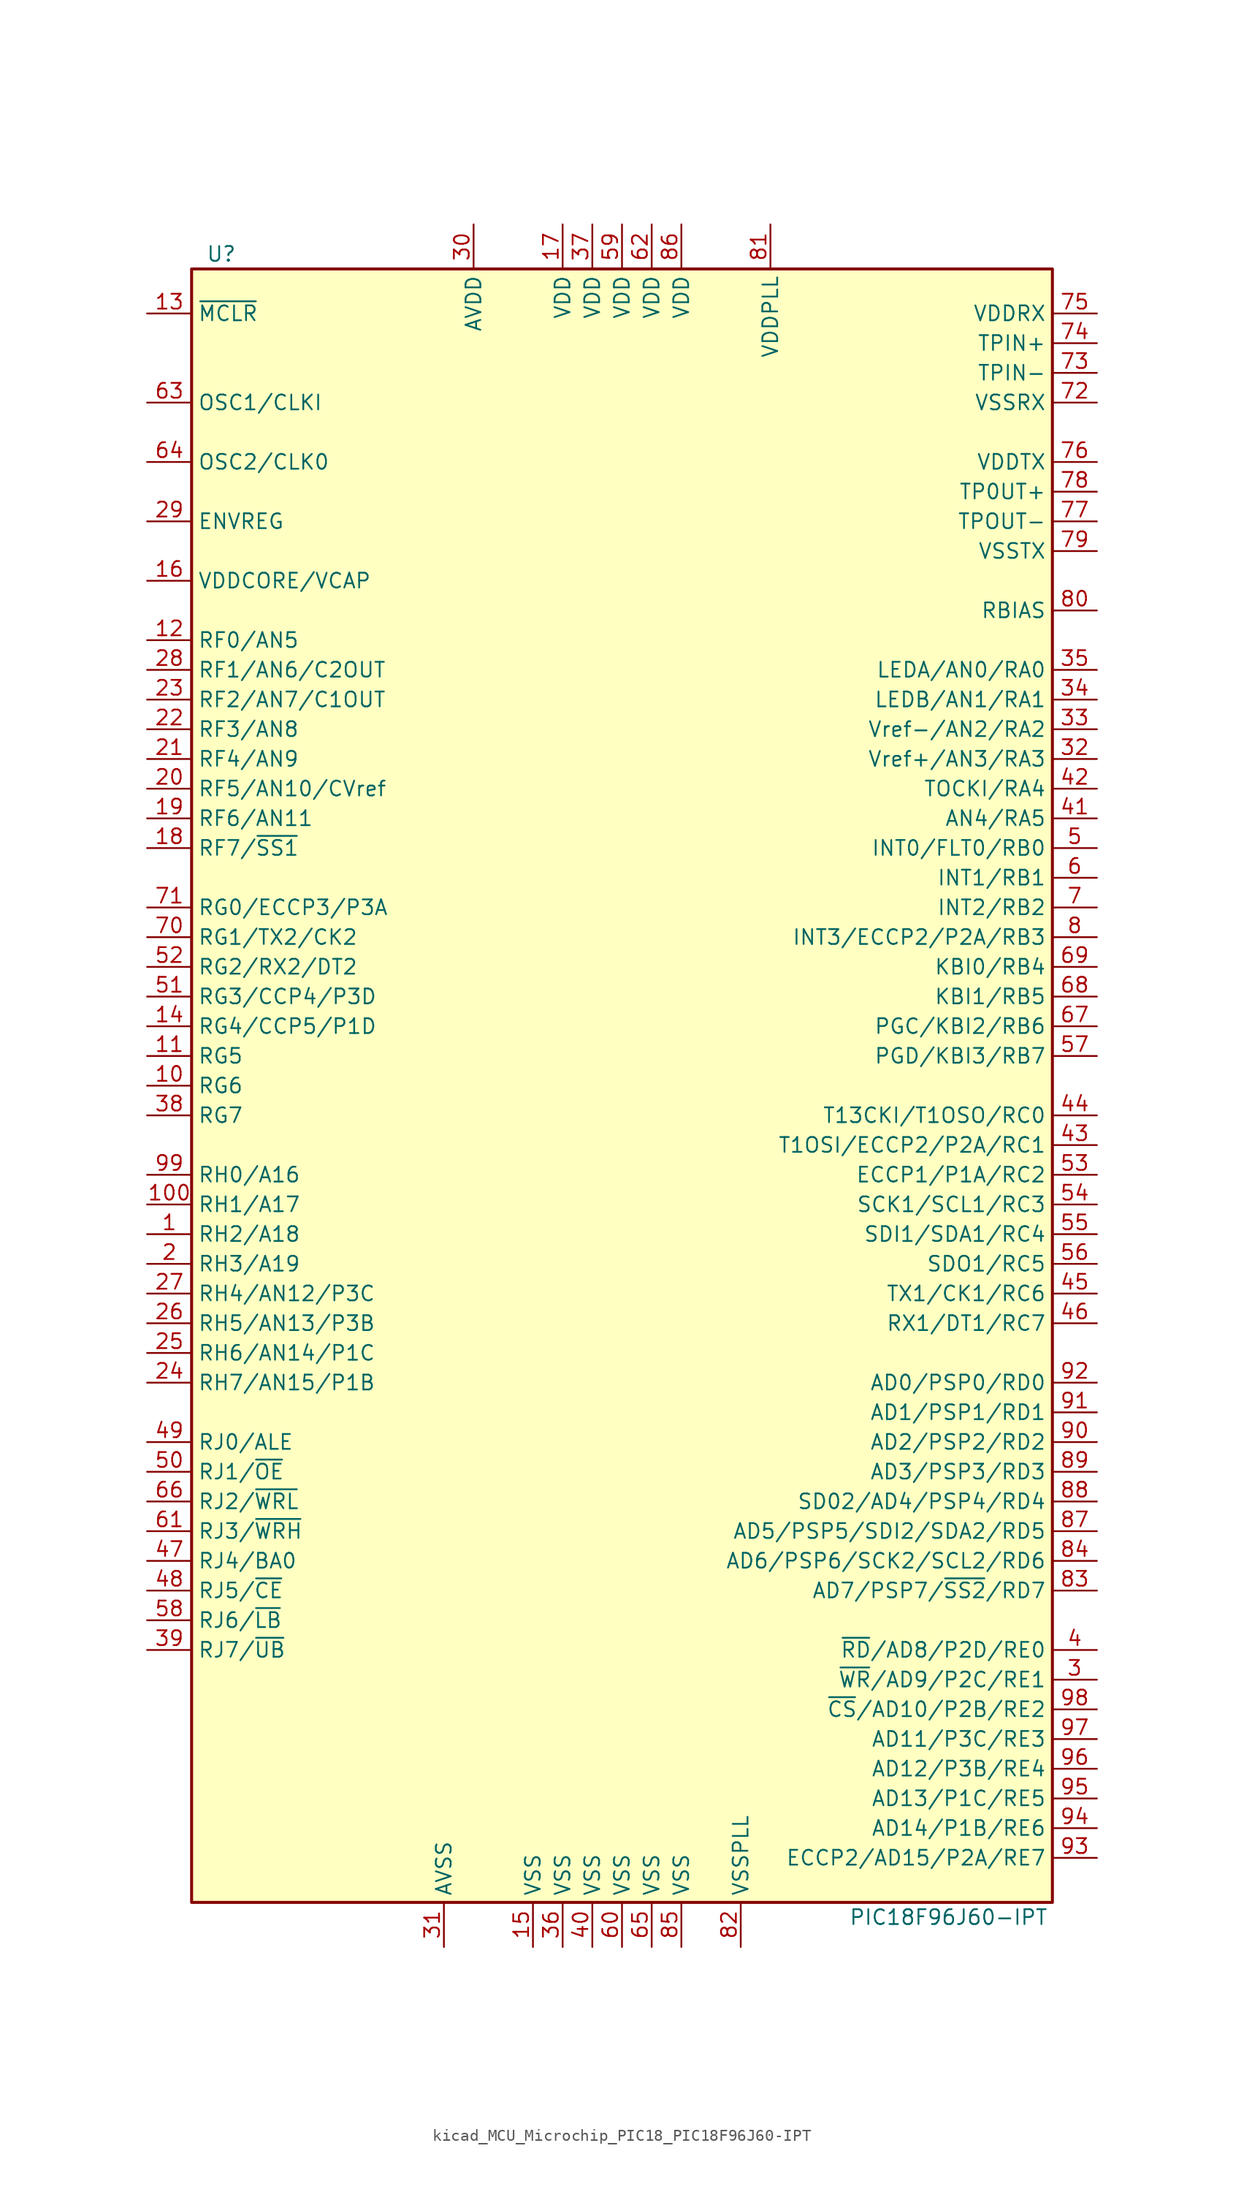
<source format=kicad_sym>
(kicad_symbol_lib
  (version 20220914)
  (generator kicad_symbol_editor)
  (symbol "kicad_MCU_Microchip_PIC18_PIC18F96J60-IPT"
    (property "Reference" "U"
      (at -34.29 71.12 0)
      (effects (font (size 1.27 1.27))))
    (property "Value" "PIC18F96J60-IPT"
      (at 27.94 -71.12 0)
      (effects (font (size 1.27 1.27))))
    (symbol "kicad_MCU_Microchip_PIC18_PIC18F96J60-IPT_0_1"
      (rectangle (start -36.83 69.85) (end 36.83 -69.85) (stroke (width 0.254) (type default)) (fill (type background))))
    (symbol "kicad_MCU_Microchip_PIC18_PIC18F96J60-IPT_1_1"
      (pin bidirectional line (at -40.64 -12.7 0) (length 3.81) (name "RH2/A18" (effects (font (size 1.27 1.27)))) (number "1" (effects (font (size 1.27 1.27)))))
      (pin bidirectional line (at -40.64 0 0) (length 3.81) (name "RG6" (effects (font (size 1.27 1.27)))) (number "10" (effects (font (size 1.27 1.27)))))
      (pin bidirectional line (at -40.64 -10.16 0) (length 3.81) (name "RH1/A17" (effects (font (size 1.27 1.27)))) (number "100" (effects (font (size 1.27 1.27)))))
      (pin bidirectional line (at -40.64 2.54 0) (length 3.81) (name "RG5" (effects (font (size 1.27 1.27)))) (number "11" (effects (font (size 1.27 1.27)))))
      (pin bidirectional line (at -40.64 38.1 0) (length 3.81) (name "RF0/AN5" (effects (font (size 1.27 1.27)))) (number "12" (effects (font (size 1.27 1.27)))))
      (pin input line (at -40.64 66.04 0) (length 3.81) (name "~{MCLR}" (effects (font (size 1.27 1.27)))) (number "13" (effects (font (size 1.27 1.27)))))
      (pin bidirectional line (at -40.64 5.08 0) (length 3.81) (name "RG4/CCP5/P1D" (effects (font (size 1.27 1.27)))) (number "14" (effects (font (size 1.27 1.27)))))
      (pin power_in line (at -7.62 -73.66 90) (length 3.81) (name "VSS" (effects (font (size 1.27 1.27)))) (number "15" (effects (font (size 1.27 1.27)))))
      (pin passive line (at -40.64 43.18 0) (length 3.81) (name "VDDCORE/VCAP" (effects (font (size 1.27 1.27)))) (number "16" (effects (font (size 1.27 1.27)))))
      (pin power_in line (at -5.08 73.66 270) (length 3.81) (name "VDD" (effects (font (size 1.27 1.27)))) (number "17" (effects (font (size 1.27 1.27)))))
      (pin bidirectional line (at -40.64 20.32 0) (length 3.81) (name "RF7/~{SS1}" (effects (font (size 1.27 1.27)))) (number "18" (effects (font (size 1.27 1.27)))))
      (pin bidirectional line (at -40.64 22.86 0) (length 3.81) (name "RF6/AN11" (effects (font (size 1.27 1.27)))) (number "19" (effects (font (size 1.27 1.27)))))
      (pin bidirectional line (at -40.64 -15.24 0) (length 3.81) (name "RH3/A19" (effects (font (size 1.27 1.27)))) (number "2" (effects (font (size 1.27 1.27)))))
      (pin bidirectional line (at -40.64 25.4 0) (length 3.81) (name "RF5/AN10/CVref" (effects (font (size 1.27 1.27)))) (number "20" (effects (font (size 1.27 1.27)))))
      (pin bidirectional line (at -40.64 27.94 0) (length 3.81) (name "RF4/AN9" (effects (font (size 1.27 1.27)))) (number "21" (effects (font (size 1.27 1.27)))))
      (pin bidirectional line (at -40.64 30.48 0) (length 3.81) (name "RF3/AN8" (effects (font (size 1.27 1.27)))) (number "22" (effects (font (size 1.27 1.27)))))
      (pin bidirectional line (at -40.64 33.02 0) (length 3.81) (name "RF2/AN7/C1OUT" (effects (font (size 1.27 1.27)))) (number "23" (effects (font (size 1.27 1.27)))))
      (pin bidirectional line (at -40.64 -25.4 0) (length 3.81) (name "RH7/AN15/P1B" (effects (font (size 1.27 1.27)))) (number "24" (effects (font (size 1.27 1.27)))))
      (pin bidirectional line (at -40.64 -22.86 0) (length 3.81) (name "RH6/AN14/P1C" (effects (font (size 1.27 1.27)))) (number "25" (effects (font (size 1.27 1.27)))))
      (pin bidirectional line (at -40.64 -20.32 0) (length 3.81) (name "RH5/AN13/P3B" (effects (font (size 1.27 1.27)))) (number "26" (effects (font (size 1.27 1.27)))))
      (pin bidirectional line (at -40.64 -17.78 0) (length 3.81) (name "RH4/AN12/P3C" (effects (font (size 1.27 1.27)))) (number "27" (effects (font (size 1.27 1.27)))))
      (pin bidirectional line (at -40.64 35.56 0) (length 3.81) (name "RF1/AN6/C2OUT" (effects (font (size 1.27 1.27)))) (number "28" (effects (font (size 1.27 1.27)))))
      (pin passive line (at -40.64 48.26 0) (length 3.81) (name "ENVREG" (effects (font (size 1.27 1.27)))) (number "29" (effects (font (size 1.27 1.27)))))
      (pin bidirectional line (at 40.64 -50.8 180) (length 3.81) (name "~{WR}/AD9/P2C/RE1" (effects (font (size 1.27 1.27)))) (number "3" (effects (font (size 1.27 1.27)))))
      (pin power_in line (at -12.7 73.66 270) (length 3.81) (name "AVDD" (effects (font (size 1.27 1.27)))) (number "30" (effects (font (size 1.27 1.27)))))
      (pin power_in line (at -15.24 -73.66 90) (length 3.81) (name "AVSS" (effects (font (size 1.27 1.27)))) (number "31" (effects (font (size 1.27 1.27)))))
      (pin bidirectional line (at 40.64 27.94 180) (length 3.81) (name "Vref+/AN3/RA3" (effects (font (size 1.27 1.27)))) (number "32" (effects (font (size 1.27 1.27)))))
      (pin bidirectional line (at 40.64 30.48 180) (length 3.81) (name "Vref-/AN2/RA2" (effects (font (size 1.27 1.27)))) (number "33" (effects (font (size 1.27 1.27)))))
      (pin bidirectional line (at 40.64 33.02 180) (length 3.81) (name "LEDB/AN1/RA1" (effects (font (size 1.27 1.27)))) (number "34" (effects (font (size 1.27 1.27)))))
      (pin bidirectional line (at 40.64 35.56 180) (length 3.81) (name "LEDA/AN0/RA0" (effects (font (size 1.27 1.27)))) (number "35" (effects (font (size 1.27 1.27)))))
      (pin power_in line (at -5.08 -73.66 90) (length 3.81) (name "VSS" (effects (font (size 1.27 1.27)))) (number "36" (effects (font (size 1.27 1.27)))))
      (pin power_in line (at -2.54 73.66 270) (length 3.81) (name "VDD" (effects (font (size 1.27 1.27)))) (number "37" (effects (font (size 1.27 1.27)))))
      (pin bidirectional line (at -40.64 -2.54 0) (length 3.81) (name "RG7" (effects (font (size 1.27 1.27)))) (number "38" (effects (font (size 1.27 1.27)))))
      (pin bidirectional line (at -40.64 -48.26 0) (length 3.81) (name "RJ7/~{UB}" (effects (font (size 1.27 1.27)))) (number "39" (effects (font (size 1.27 1.27)))))
      (pin bidirectional line (at 40.64 -48.26 180) (length 3.81) (name "~{RD}/AD8/P2D/RE0" (effects (font (size 1.27 1.27)))) (number "4" (effects (font (size 1.27 1.27)))))
      (pin power_in line (at -2.54 -73.66 90) (length 3.81) (name "VSS" (effects (font (size 1.27 1.27)))) (number "40" (effects (font (size 1.27 1.27)))))
      (pin bidirectional line (at 40.64 22.86 180) (length 3.81) (name "AN4/RA5" (effects (font (size 1.27 1.27)))) (number "41" (effects (font (size 1.27 1.27)))))
      (pin bidirectional line (at 40.64 25.4 180) (length 3.81) (name "TOCKI/RA4" (effects (font (size 1.27 1.27)))) (number "42" (effects (font (size 1.27 1.27)))))
      (pin bidirectional line (at 40.64 -5.08 180) (length 3.81) (name "T1OSI/ECCP2/P2A/RC1" (effects (font (size 1.27 1.27)))) (number "43" (effects (font (size 1.27 1.27)))))
      (pin bidirectional line (at 40.64 -2.54 180) (length 3.81) (name "T13CKI/T1OSO/RC0" (effects (font (size 1.27 1.27)))) (number "44" (effects (font (size 1.27 1.27)))))
      (pin bidirectional line (at 40.64 -17.78 180) (length 3.81) (name "TX1/CK1/RC6" (effects (font (size 1.27 1.27)))) (number "45" (effects (font (size 1.27 1.27)))))
      (pin bidirectional line (at 40.64 -20.32 180) (length 3.81) (name "RX1/DT1/RC7" (effects (font (size 1.27 1.27)))) (number "46" (effects (font (size 1.27 1.27)))))
      (pin bidirectional line (at -40.64 -40.64 0) (length 3.81) (name "RJ4/BA0" (effects (font (size 1.27 1.27)))) (number "47" (effects (font (size 1.27 1.27)))))
      (pin bidirectional line (at -40.64 -43.18 0) (length 3.81) (name "RJ5/~{CE}" (effects (font (size 1.27 1.27)))) (number "48" (effects (font (size 1.27 1.27)))))
      (pin bidirectional line (at -40.64 -30.48 0) (length 3.81) (name "RJ0/ALE" (effects (font (size 1.27 1.27)))) (number "49" (effects (font (size 1.27 1.27)))))
      (pin bidirectional line (at 40.64 20.32 180) (length 3.81) (name "INT0/FLT0/RB0" (effects (font (size 1.27 1.27)))) (number "5" (effects (font (size 1.27 1.27)))))
      (pin bidirectional line (at -40.64 -33.02 0) (length 3.81) (name "RJ1/~{OE}" (effects (font (size 1.27 1.27)))) (number "50" (effects (font (size 1.27 1.27)))))
      (pin bidirectional line (at -40.64 7.62 0) (length 3.81) (name "RG3/CCP4/P3D" (effects (font (size 1.27 1.27)))) (number "51" (effects (font (size 1.27 1.27)))))
      (pin bidirectional line (at -40.64 10.16 0) (length 3.81) (name "RG2/RX2/DT2" (effects (font (size 1.27 1.27)))) (number "52" (effects (font (size 1.27 1.27)))))
      (pin bidirectional line (at 40.64 -7.62 180) (length 3.81) (name "ECCP1/P1A/RC2" (effects (font (size 1.27 1.27)))) (number "53" (effects (font (size 1.27 1.27)))))
      (pin bidirectional line (at 40.64 -10.16 180) (length 3.81) (name "SCK1/SCL1/RC3" (effects (font (size 1.27 1.27)))) (number "54" (effects (font (size 1.27 1.27)))))
      (pin bidirectional line (at 40.64 -12.7 180) (length 3.81) (name "SDI1/SDA1/RC4" (effects (font (size 1.27 1.27)))) (number "55" (effects (font (size 1.27 1.27)))))
      (pin bidirectional line (at 40.64 -15.24 180) (length 3.81) (name "SDO1/RC5" (effects (font (size 1.27 1.27)))) (number "56" (effects (font (size 1.27 1.27)))))
      (pin bidirectional line (at 40.64 2.54 180) (length 3.81) (name "PGD/KBI3/RB7" (effects (font (size 1.27 1.27)))) (number "57" (effects (font (size 1.27 1.27)))))
      (pin bidirectional line (at -40.64 -45.72 0) (length 3.81) (name "RJ6/~{LB}" (effects (font (size 1.27 1.27)))) (number "58" (effects (font (size 1.27 1.27)))))
      (pin power_in line (at 0 73.66 270) (length 3.81) (name "VDD" (effects (font (size 1.27 1.27)))) (number "59" (effects (font (size 1.27 1.27)))))
      (pin bidirectional line (at 40.64 17.78 180) (length 3.81) (name "INT1/RB1" (effects (font (size 1.27 1.27)))) (number "6" (effects (font (size 1.27 1.27)))))
      (pin power_in line (at 0 -73.66 90) (length 3.81) (name "VSS" (effects (font (size 1.27 1.27)))) (number "60" (effects (font (size 1.27 1.27)))))
      (pin bidirectional line (at -40.64 -38.1 0) (length 3.81) (name "RJ3/~{WRH}" (effects (font (size 1.27 1.27)))) (number "61" (effects (font (size 1.27 1.27)))))
      (pin power_in line (at 2.54 73.66 270) (length 3.81) (name "VDD" (effects (font (size 1.27 1.27)))) (number "62" (effects (font (size 1.27 1.27)))))
      (pin input line (at -40.64 58.42 0) (length 3.81) (name "OSC1/CLKI" (effects (font (size 1.27 1.27)))) (number "63" (effects (font (size 1.27 1.27)))))
      (pin output line (at -40.64 53.34 0) (length 3.81) (name "OSC2/CLK0" (effects (font (size 1.27 1.27)))) (number "64" (effects (font (size 1.27 1.27)))))
      (pin power_in line (at 2.54 -73.66 90) (length 3.81) (name "VSS" (effects (font (size 1.27 1.27)))) (number "65" (effects (font (size 1.27 1.27)))))
      (pin bidirectional line (at -40.64 -35.56 0) (length 3.81) (name "RJ2/~{WRL}" (effects (font (size 1.27 1.27)))) (number "66" (effects (font (size 1.27 1.27)))))
      (pin bidirectional line (at 40.64 5.08 180) (length 3.81) (name "PGC/KBI2/RB6" (effects (font (size 1.27 1.27)))) (number "67" (effects (font (size 1.27 1.27)))))
      (pin bidirectional line (at 40.64 7.62 180) (length 3.81) (name "KBI1/RB5" (effects (font (size 1.27 1.27)))) (number "68" (effects (font (size 1.27 1.27)))))
      (pin bidirectional line (at 40.64 10.16 180) (length 3.81) (name "KBI0/RB4" (effects (font (size 1.27 1.27)))) (number "69" (effects (font (size 1.27 1.27)))))
      (pin bidirectional line (at 40.64 15.24 180) (length 3.81) (name "INT2/RB2" (effects (font (size 1.27 1.27)))) (number "7" (effects (font (size 1.27 1.27)))))
      (pin bidirectional line (at -40.64 12.7 0) (length 3.81) (name "RG1/TX2/CK2" (effects (font (size 1.27 1.27)))) (number "70" (effects (font (size 1.27 1.27)))))
      (pin bidirectional line (at -40.64 15.24 0) (length 3.81) (name "RG0/ECCP3/P3A" (effects (font (size 1.27 1.27)))) (number "71" (effects (font (size 1.27 1.27)))))
      (pin power_in line (at 40.64 58.42 180) (length 3.81) (name "VSSRX" (effects (font (size 1.27 1.27)))) (number "72" (effects (font (size 1.27 1.27)))))
      (pin passive line (at 40.64 60.96 180) (length 3.81) (name "TPIN-" (effects (font (size 1.27 1.27)))) (number "73" (effects (font (size 1.27 1.27)))))
      (pin passive line (at 40.64 63.5 180) (length 3.81) (name "TPIN+" (effects (font (size 1.27 1.27)))) (number "74" (effects (font (size 1.27 1.27)))))
      (pin power_in line (at 40.64 66.04 180) (length 3.81) (name "VDDRX" (effects (font (size 1.27 1.27)))) (number "75" (effects (font (size 1.27 1.27)))))
      (pin power_in line (at 40.64 53.34 180) (length 3.81) (name "VDDTX" (effects (font (size 1.27 1.27)))) (number "76" (effects (font (size 1.27 1.27)))))
      (pin passive line (at 40.64 48.26 180) (length 3.81) (name "TPOUT-" (effects (font (size 1.27 1.27)))) (number "77" (effects (font (size 1.27 1.27)))))
      (pin passive line (at 40.64 50.8 180) (length 3.81) (name "TP0UT+" (effects (font (size 1.27 1.27)))) (number "78" (effects (font (size 1.27 1.27)))))
      (pin power_in line (at 40.64 45.72 180) (length 3.81) (name "VSSTX" (effects (font (size 1.27 1.27)))) (number "79" (effects (font (size 1.27 1.27)))))
      (pin bidirectional line (at 40.64 12.7 180) (length 3.81) (name "INT3/ECCP2/P2A/RB3" (effects (font (size 1.27 1.27)))) (number "8" (effects (font (size 1.27 1.27)))))
      (pin passive line (at 40.64 40.64 180) (length 3.81) (name "RBIAS" (effects (font (size 1.27 1.27)))) (number "80" (effects (font (size 1.27 1.27)))))
      (pin power_in line (at 12.7 73.66 270) (length 3.81) (name "VDDPLL" (effects (font (size 1.27 1.27)))) (number "81" (effects (font (size 1.27 1.27)))))
      (pin power_in line (at 10.16 -73.66 90) (length 3.81) (name "VSSPLL" (effects (font (size 1.27 1.27)))) (number "82" (effects (font (size 1.27 1.27)))))
      (pin bidirectional line (at 40.64 -43.18 180) (length 3.81) (name "AD7/PSP7/~{SS2}/RD7" (effects (font (size 1.27 1.27)))) (number "83" (effects (font (size 1.27 1.27)))))
      (pin bidirectional line (at 40.64 -40.64 180) (length 3.81) (name "AD6/PSP6/SCK2/SCL2/RD6" (effects (font (size 1.27 1.27)))) (number "84" (effects (font (size 1.27 1.27)))))
      (pin power_in line (at 5.08 -73.66 90) (length 3.81) (name "VSS" (effects (font (size 1.27 1.27)))) (number "85" (effects (font (size 1.27 1.27)))))
      (pin power_in line (at 5.08 73.66 270) (length 3.81) (name "VDD" (effects (font (size 1.27 1.27)))) (number "86" (effects (font (size 1.27 1.27)))))
      (pin bidirectional line (at 40.64 -38.1 180) (length 3.81) (name "AD5/PSP5/SDI2/SDA2/RD5" (effects (font (size 1.27 1.27)))) (number "87" (effects (font (size 1.27 1.27)))))
      (pin bidirectional line (at 40.64 -35.56 180) (length 3.81) (name "SD02/AD4/PSP4/RD4" (effects (font (size 1.27 1.27)))) (number "88" (effects (font (size 1.27 1.27)))))
      (pin bidirectional line (at 40.64 -33.02 180) (length 3.81) (name "AD3/PSP3/RD3" (effects (font (size 1.27 1.27)))) (number "89" (effects (font (size 1.27 1.27)))))
      (pin no_connect line (at -20.32 -69.85 90) (length 3.81) hide (name "NC" (effects (font (size 1.27 1.27)))) (number "9" (effects (font (size 1.27 1.27)))))
      (pin bidirectional line (at 40.64 -30.48 180) (length 3.81) (name "AD2/PSP2/RD2" (effects (font (size 1.27 1.27)))) (number "90" (effects (font (size 1.27 1.27)))))
      (pin bidirectional line (at 40.64 -27.94 180) (length 3.81) (name "AD1/PSP1/RD1" (effects (font (size 1.27 1.27)))) (number "91" (effects (font (size 1.27 1.27)))))
      (pin bidirectional line (at 40.64 -25.4 180) (length 3.81) (name "AD0/PSP0/RD0" (effects (font (size 1.27 1.27)))) (number "92" (effects (font (size 1.27 1.27)))))
      (pin bidirectional line (at 40.64 -66.04 180) (length 3.81) (name "ECCP2/AD15/P2A/RE7" (effects (font (size 1.27 1.27)))) (number "93" (effects (font (size 1.27 1.27)))))
      (pin bidirectional line (at 40.64 -63.5 180) (length 3.81) (name "AD14/P1B/RE6" (effects (font (size 1.27 1.27)))) (number "94" (effects (font (size 1.27 1.27)))))
      (pin bidirectional line (at 40.64 -60.96 180) (length 3.81) (name "AD13/P1C/RE5" (effects (font (size 1.27 1.27)))) (number "95" (effects (font (size 1.27 1.27)))))
      (pin bidirectional line (at 40.64 -58.42 180) (length 3.81) (name "AD12/P3B/RE4" (effects (font (size 1.27 1.27)))) (number "96" (effects (font (size 1.27 1.27)))))
      (pin bidirectional line (at 40.64 -55.88 180) (length 3.81) (name "AD11/P3C/RE3" (effects (font (size 1.27 1.27)))) (number "97" (effects (font (size 1.27 1.27)))))
      (pin bidirectional line (at 40.64 -53.34 180) (length 3.81) (name "~{CS}/AD10/P2B/RE2" (effects (font (size 1.27 1.27)))) (number "98" (effects (font (size 1.27 1.27)))))
      (pin bidirectional line (at -40.64 -7.62 0) (length 3.81) (name "RH0/A16" (effects (font (size 1.27 1.27)))) (number "99" (effects (font (size 1.27 1.27))))))))
</source>
